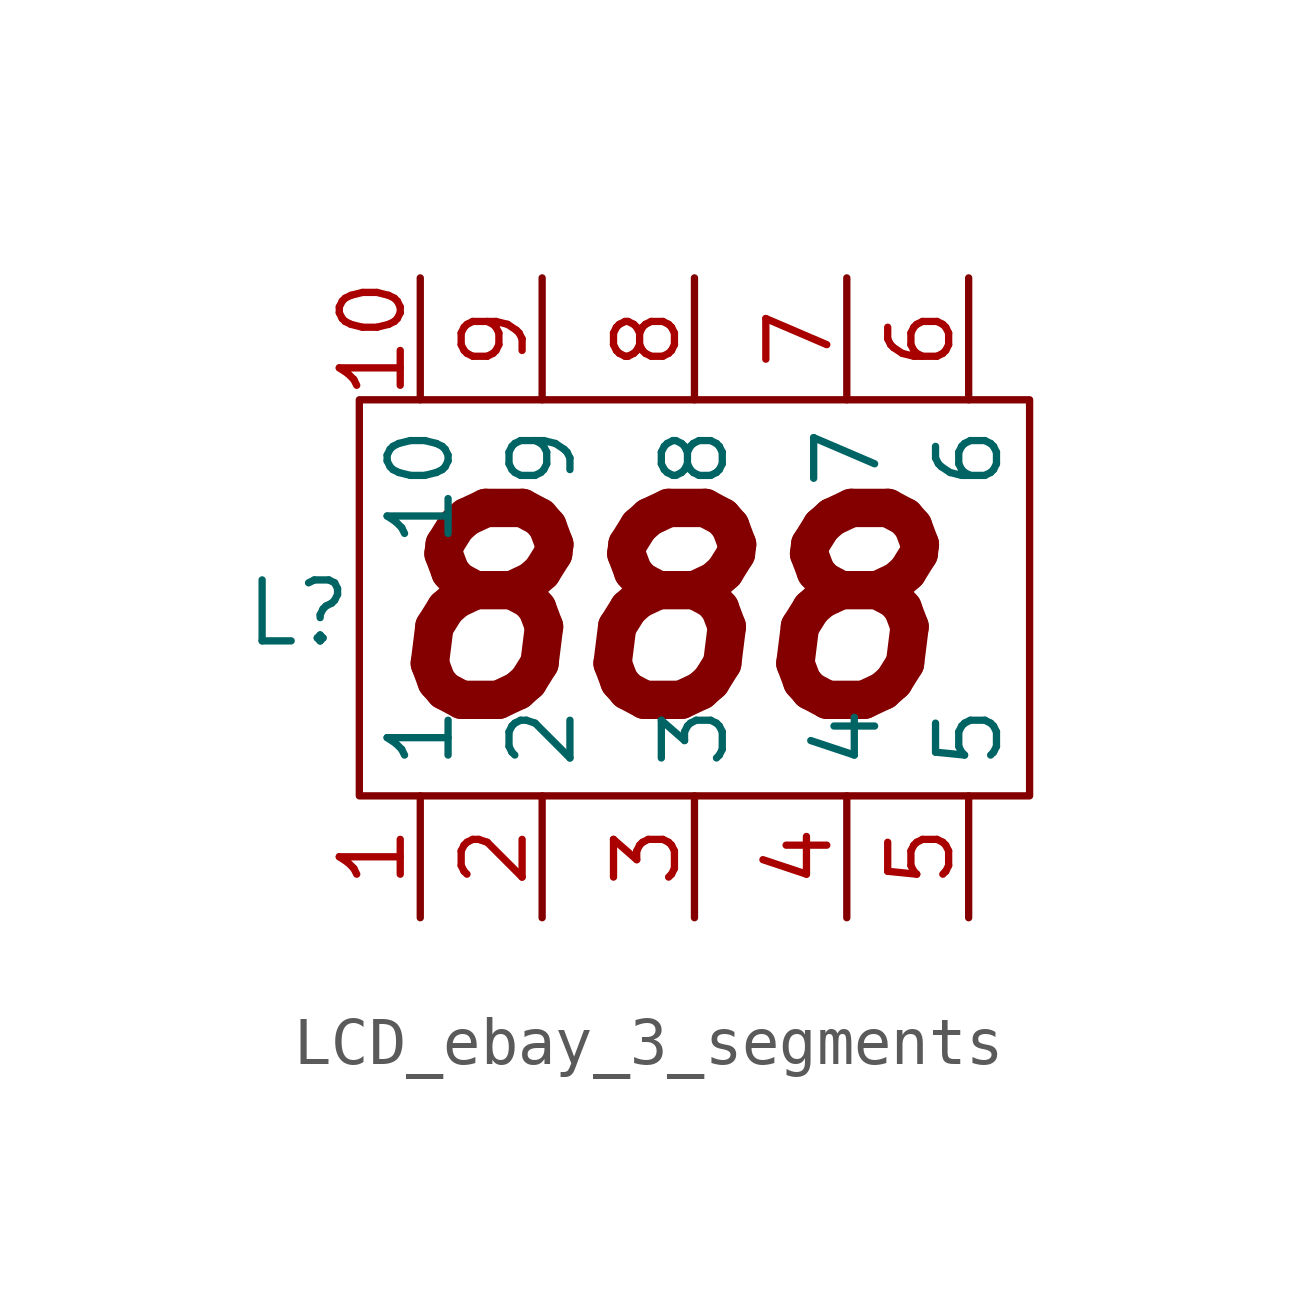
<source format=kicad_sym>
(kicad_symbol_lib
  (version 20220914)
  (generator kicad_symbol_editor)
  (symbol "LCD_ebay_3_segments"
    (property "Reference" "L"
      (at -5.08 -1.27 0)
      (effects (font (size 1.27 1.27))))
    (property "Value" ""
      (at 0 0 0)
      (effects (font (size 1.27 1.27))))
    (symbol "LCD_ebay_3_segments_0_1"
      (rectangle (start -3.81 3.175) (end 10.16 -5.08) (stroke (width 0) (type default)) (fill (type none))))
    (symbol "LCD_ebay_3_segments_1_1"
      (text "888" (at 2.54 -1.27 0) (effects (font (size 4 4) bold italic)))
      (pin input line (at -2.54 -7.62 90) (length 2.54) (name "1" (effects (font (size 1.27 1.27)))) (number "1" (effects (font (size 1.27 1.27)))))
      (pin input line (at -2.54 5.715 270) (length 2.54) (name "10" (effects (font (size 1.27 1.27)))) (number "10" (effects (font (size 1.27 1.27)))))
      (pin input line (at 0 -7.62 90) (length 2.54) (name "2" (effects (font (size 1.27 1.27)))) (number "2" (effects (font (size 1.27 1.27)))))
      (pin input line (at 3.175 -7.62 90) (length 2.54) (name "3" (effects (font (size 1.27 1.27)))) (number "3" (effects (font (size 1.27 1.27)))))
      (pin input line (at 6.35 -7.62 90) (length 2.54) (name "4" (effects (font (size 1.27 1.27)))) (number "4" (effects (font (size 1.27 1.27)))))
      (pin input line (at 8.89 -7.62 90) (length 2.54) (name "5" (effects (font (size 1.27 1.27)))) (number "5" (effects (font (size 1.27 1.27)))))
      (pin input line (at 8.89 5.715 270) (length 2.54) (name "6" (effects (font (size 1.27 1.27)))) (number "6" (effects (font (size 1.27 1.27)))))
      (pin input line (at 6.35 5.715 270) (length 2.54) (name "7" (effects (font (size 1.27 1.27)))) (number "7" (effects (font (size 1.27 1.27)))))
      (pin input line (at 3.175 5.715 270) (length 2.54) (name "8" (effects (font (size 1.27 1.27)))) (number "8" (effects (font (size 1.27 1.27)))))
      (pin input line (at 0 5.715 270) (length 2.54) (name "9" (effects (font (size 1.27 1.27)))) (number "9" (effects (font (size 1.27 1.27))))))))
</source>
